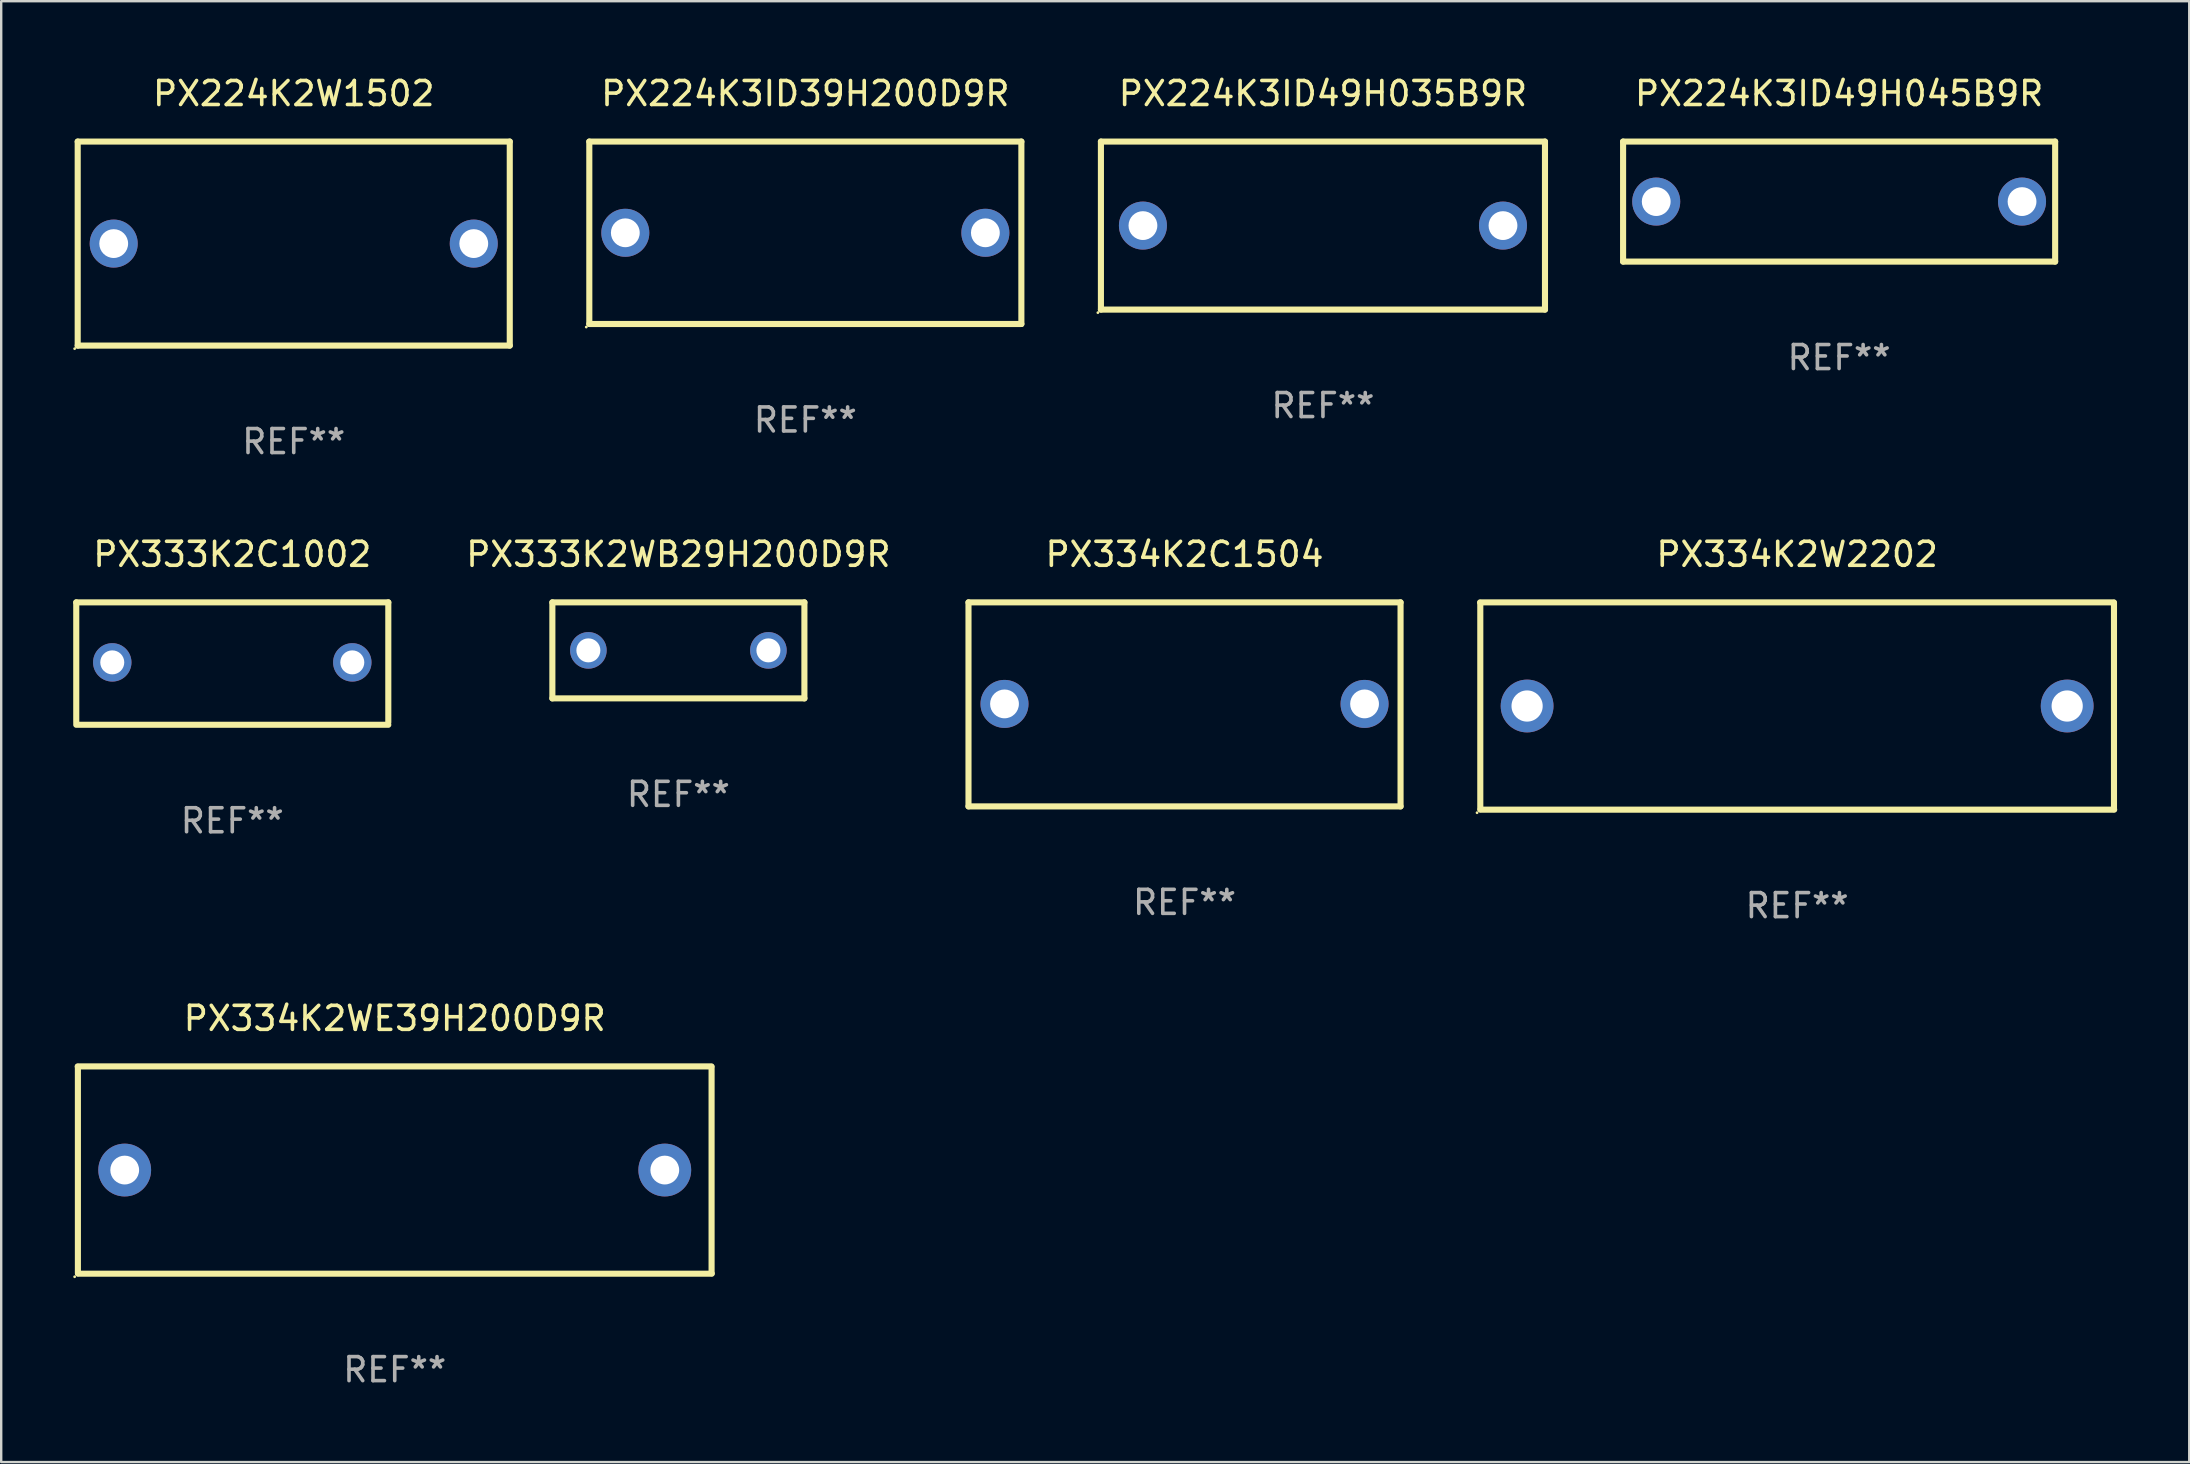
<source format=kicad_pcb>
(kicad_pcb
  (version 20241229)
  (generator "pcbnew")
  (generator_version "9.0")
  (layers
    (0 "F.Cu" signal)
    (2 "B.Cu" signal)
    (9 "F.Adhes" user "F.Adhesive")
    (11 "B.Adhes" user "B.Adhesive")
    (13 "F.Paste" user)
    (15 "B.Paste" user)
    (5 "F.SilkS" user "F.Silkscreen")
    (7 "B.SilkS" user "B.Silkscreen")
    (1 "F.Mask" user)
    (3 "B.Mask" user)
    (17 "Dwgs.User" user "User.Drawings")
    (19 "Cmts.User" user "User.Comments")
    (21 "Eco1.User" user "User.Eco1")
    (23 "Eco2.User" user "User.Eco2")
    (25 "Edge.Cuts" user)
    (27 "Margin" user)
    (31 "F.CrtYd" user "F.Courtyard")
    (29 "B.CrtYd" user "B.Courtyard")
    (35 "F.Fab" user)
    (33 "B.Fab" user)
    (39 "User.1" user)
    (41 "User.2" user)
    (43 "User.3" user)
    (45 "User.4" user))
  (footprint "PX224K3ID49H045B9R"
    (layer "F.Cu")
    (at 73.569 5.348)
    (property "Reference" "PX224K3ID49H045B9R" (at 0 -4.5 0) (layer "F.SilkS") (effects (font (size 1 1) (thickness 0.15))))
    (attr through_hole)
    (fp_line (start -9 -2.5) (end 9 -2.5) (stroke (width 0.254) (type solid)) (layer "F.SilkS"))
    (fp_line (start -9 2.5) (end -9 -2.5) (stroke (width 0.254) (type solid)) (layer "F.SilkS"))
    (fp_line (start 9 -2.5) (end 9 2.5) (stroke (width 0.254) (type solid)) (layer "F.SilkS"))
    (fp_line (start 9 2.5) (end -9 2.5) (stroke (width 0.254) (type solid)) (layer "F.SilkS"))
    (fp_circle (center -9 2.5) (end -8.97 2.5) (stroke (width 0.06) (type solid)) (fill no) (layer "F.SilkS"))
    (fp_text user "REF**" (at 0 6.5 0) (layer "F.Fab") (effects (font (size 1 1) (thickness 0.15))))
    (pad "1" thru_hole circle (at -7.62 -0.000127) (size 2 2) (drill 1.2) (layers "*.Cu" "*.Mask"))
    (pad "2" thru_hole circle (at 7.62 -0.000127) (size 2 2) (drill 1.2) (layers "*.Cu" "*.Mask")))
  (footprint "PX333K2WB29H200D9R"
    (layer "F.Cu")
    (at 25.212 24.045)
    (property "Reference" "PX333K2WB29H200D9R" (at 0 -4 0) (layer "F.SilkS") (effects (font (size 1 1) (thickness 0.15))))
    (attr through_hole)
    (fp_line (start -5.25 -2) (end 5.25 -2) (stroke (width 0.254) (type solid)) (layer "F.SilkS"))
    (fp_line (start -5.25 2) (end -5.25 -2) (stroke (width 0.254) (type solid)) (layer "F.SilkS"))
    (fp_line (start 5.25 -2) (end 5.25 2) (stroke (width 0.254) (type solid)) (layer "F.SilkS"))
    (fp_line (start 5.25 2) (end -5.25 2) (stroke (width 0.254) (type solid)) (layer "F.SilkS"))
    (fp_circle (center -5.25 2) (end -5.22 2) (stroke (width 0.06) (type solid)) (fill no) (layer "F.SilkS"))
    (fp_text user "REF**" (at 0 6 0) (layer "F.Fab") (effects (font (size 1 1) (thickness 0.15))))
    (pad "1" thru_hole circle (at -3.75 0) (size 1.524 1.524) (drill 1) (layers "*.Cu" "*.Mask"))
    (pad "2" thru_hole circle (at 3.75 0) (size 1.524 1.524) (drill 1) (layers "*.Cu" "*.Mask")))
  (footprint "PX224K3ID39H200D9R"
    (layer "F.Cu")
    (at 30.501 6.648)
    (property "Reference" "PX224K3ID39H200D9R" (at 0 -5.8 0) (layer "F.SilkS") (effects (font (size 1 1) (thickness 0.15))))
    (attr through_hole)
    (fp_line (start -9 -3.8) (end -9 3.8) (stroke (width 0.254) (type solid)) (layer "F.SilkS"))
    (fp_line (start -9 -3.8) (end 9 -3.8) (stroke (width 0.254) (type solid)) (layer "F.SilkS"))
    (fp_line (start 9 -3.8) (end 9 3.8) (stroke (width 0.254) (type solid)) (layer "F.SilkS"))
    (fp_line (start 9 3.8) (end -9 3.8) (stroke (width 0.254) (type solid)) (layer "F.SilkS"))
    (fp_circle (center -9.127 3.927) (end -9.097 3.927) (stroke (width 0.06) (type solid)) (fill no) (layer "F.SilkS"))
    (fp_text user "REF**" (at 0 7.8 0) (layer "F.Fab") (effects (font (size 1 1) (thickness 0.15))))
    (pad "1" thru_hole circle (at -7.5 0) (size 2 2) (drill 1.2) (layers "*.Cu" "*.Mask"))
    (pad "2" thru_hole circle (at 7.5 0) (size 2 2) (drill 1.2) (layers "*.Cu" "*.Mask")))
  (footprint "PX334K2C1504"
    (layer "F.Cu")
    (at 46.298 26.295)
    (property "Reference" "PX334K2C1504" (at 0 -6.25 0) (layer "F.SilkS") (effects (font (size 1 1) (thickness 0.15))))
    (attr through_hole)
    (fp_line (start -9 -4.25) (end -9 4.25) (stroke (width 0.254) (type solid)) (layer "F.SilkS"))
    (fp_line (start -9 -4.25) (end 9 -4.25) (stroke (width 0.254) (type solid)) (layer "F.SilkS"))
    (fp_line (start -9 4.25) (end 9 4.25) (stroke (width 0.254) (type solid)) (layer "F.SilkS"))
    (fp_line (start 9 -4.25) (end 9 4.25) (stroke (width 0.254) (type solid)) (layer "F.SilkS"))
    (fp_circle (center -9 4.23) (end -8.97 4.23) (stroke (width 0.06) (type solid)) (fill no) (layer "F.SilkS"))
    (fp_text user "REF**" (at 0 8.25 0) (layer "F.Fab") (effects (font (size 1 1) (thickness 0.15))))
    (pad "1" thru_hole circle (at -7.5 -0.02) (size 2 2) (drill 1.2) (layers "*.Cu" "*.Mask"))
    (pad "2" thru_hole circle (at 7.5 -0.02) (size 2 2) (drill 1.2) (layers "*.Cu" "*.Mask")))
  (footprint "PX224K3ID49H035B9R"
    (layer "F.Cu")
    (at 52.065 6.348)
    (property "Reference" "PX224K3ID49H035B9R" (at 0 -5.5 0) (layer "F.SilkS") (effects (font (size 1 1) (thickness 0.15))))
    (attr through_hole)
    (fp_line (start -9.25 -3.5) (end 9.25 -3.5) (stroke (width 0.254) (type solid)) (layer "F.SilkS"))
    (fp_line (start -9.25 3.5) (end -9.25 -3.5) (stroke (width 0.254) (type solid)) (layer "F.SilkS"))
    (fp_line (start 9.25 -3.5) (end 9.25 3.5) (stroke (width 0.254) (type solid)) (layer "F.SilkS"))
    (fp_line (start 9.25 3.5) (end -9.25 3.5) (stroke (width 0.254) (type solid)) (layer "F.SilkS"))
    (fp_circle (center -9.377 3.627) (end -9.347 3.627) (stroke (width 0.06) (type solid)) (fill no) (layer "F.SilkS"))
    (fp_text user "REF**" (at 0 7.5 0) (layer "F.Fab") (effects (font (size 1 1) (thickness 0.15))))
    (pad "1" thru_hole circle (at -7.5 0) (size 2 2) (drill 1.2) (layers "*.Cu" "*.Mask"))
    (pad "2" thru_hole circle (at 7.5 0) (size 2 2) (drill 1.2) (layers "*.Cu" "*.Mask")))
  (footprint "PX334K2WE39H200D9R"
    (layer "F.Cu")
    (at 13.395 45.695)
    (property "Reference" "PX334K2WE39H200D9R" (at 0 -6.318 0) (layer "F.SilkS") (effects (font (size 1 1) (thickness 0.15))))
    (attr through_hole)
    (fp_line (start -13.208 -4.318) (end 13.193 -4.318) (stroke (width 0.254) (type solid)) (layer "F.SilkS"))
    (fp_line (start -13.2 4.3) (end -13.2 -4.3) (stroke (width 0.254) (type solid)) (layer "F.SilkS"))
    (fp_line (start 13.2 -4.3) (end 13.2 4.3) (stroke (width 0.254) (type solid)) (layer "F.SilkS"))
    (fp_line (start 13.208 4.318) (end -13.193 4.318) (stroke (width 0.254) (type solid)) (layer "F.SilkS"))
    (fp_circle (center -13.335 4.445) (end -13.305 4.445) (stroke (width 0.06) (type solid)) (fill no) (layer "F.SilkS"))
    (fp_text user "REF**" (at 0 8.318 0) (layer "F.Fab") (effects (font (size 1 1) (thickness 0.15))))
    (pad "1" thru_hole circle (at -11.25 0) (size 2.2 2.2) (drill 1.2) (layers "*.Cu" "*.Mask"))
    (pad "2" thru_hole circle (at 11.25 0) (size 2.2 2.2) (drill 1.2) (layers "*.Cu" "*.Mask")))
  (footprint "PX333K2C1002"
    (layer "F.Cu")
    (at 6.627 24.595)
    (property "Reference" "PX333K2C1002" (at 0 -4.55 0) (layer "F.SilkS") (effects (font (size 1 1) (thickness 0.15))))
    (attr through_hole)
    (fp_line (start -6.5 -2.55) (end 6.5 -2.55) (stroke (width 0.254) (type solid)) (layer "F.SilkS"))
    (fp_line (start -6.5 2.45) (end -6.5 -2.55) (stroke (width 0.254) (type solid)) (layer "F.SilkS"))
    (fp_line (start 6.5 -2.55) (end 6.5 2.45) (stroke (width 0.254) (type solid)) (layer "F.SilkS"))
    (fp_line (start 6.5 2.55) (end -6.5 2.55) (stroke (width 0.254) (type solid)) (layer "F.SilkS"))
    (fp_circle (center -6.5 2.45) (end -6.47 2.45) (stroke (width 0.06) (type solid)) (fill no) (layer "F.SilkS"))
    (fp_text user "REF**" (at 0 6.55 0) (layer "F.Fab") (effects (font (size 1 1) (thickness 0.15))))
    (pad "1" thru_hole circle (at -5 -0.05) (size 1.6 1.6) (drill 1) (layers "*.Cu" "*.Mask"))
    (pad "2" thru_hole circle (at 5 -0.05) (size 1.6 1.6) (drill 1) (layers "*.Cu" "*.Mask")))
  (footprint "PX224K2W1502"
    (layer "F.Cu")
    (at 9.187 7.098)
    (property "Reference" "PX224K2W1502" (at 0 -6.25 0) (layer "F.SilkS") (effects (font (size 1 1) (thickness 0.15))))
    (attr through_hole)
    (fp_line (start -9 -4.25) (end -9 4.25) (stroke (width 0.254) (type solid)) (layer "F.SilkS"))
    (fp_line (start -9 -4.25) (end 9 -4.25) (stroke (width 0.254) (type solid)) (layer "F.SilkS"))
    (fp_line (start 9 4.25) (end -9 4.25) (stroke (width 0.254) (type solid)) (layer "F.SilkS"))
    (fp_line (start 9 4.25) (end 9 -4.25) (stroke (width 0.254) (type solid)) (layer "F.SilkS"))
    (fp_circle (center -9.127 4.377) (end -9.097 4.377) (stroke (width 0.06) (type solid)) (fill no) (layer "F.SilkS"))
    (fp_text user "REF**" (at 0 8.25 0) (layer "F.Fab") (effects (font (size 1 1) (thickness 0.15))))
    (pad "1" thru_hole circle (at -7.5 0) (size 2 2) (drill 1.2) (layers "*.Cu" "*.Mask"))
    (pad "2" thru_hole circle (at 7.5 0) (size 2 2) (drill 1.2) (layers "*.Cu" "*.Mask")))
  (footprint "PX334K2W2202"
    (layer "F.Cu")
    (at 71.82 26.363)
    (property "Reference" "PX334K2W2202" (at 0 -6.318 0) (layer "F.SilkS") (effects (font (size 1 1) (thickness 0.15))))
    (attr through_hole)
    (fp_line (start -13.208 -4.318) (end 13.193 -4.318) (stroke (width 0.254) (type solid)) (layer "F.SilkS"))
    (fp_line (start -13.2 4.3) (end -13.2 -4.3) (stroke (width 0.254) (type solid)) (layer "F.SilkS"))
    (fp_line (start 13.2 -4.3) (end 13.2 4.3) (stroke (width 0.254) (type solid)) (layer "F.SilkS"))
    (fp_line (start 13.208 4.318) (end -13.193 4.318) (stroke (width 0.254) (type solid)) (layer "F.SilkS"))
    (fp_circle (center -13.335 4.445) (end -13.305 4.445) (stroke (width 0.06) (type solid)) (fill no) (layer "F.SilkS"))
    (fp_text user "REF**" (at 0 8.318 0) (layer "F.Fab") (effects (font (size 1 1) (thickness 0.15))))
    (pad "1" thru_hole circle (at -11.25 0) (size 2.2 2.2) (drill 1.3) (layers "*.Cu" "*.Mask"))
    (pad "2" thru_hole circle (at 11.25 0) (size 2.2 2.2) (drill 1.3) (layers "*.Cu" "*.Mask")))
  (gr_rect
    (start -3 -3)
    (end 88.155 57.862)
    (stroke (width 0.1) (type default))
    (fill no)
    (layer "Edge.Cuts")))
</source>
